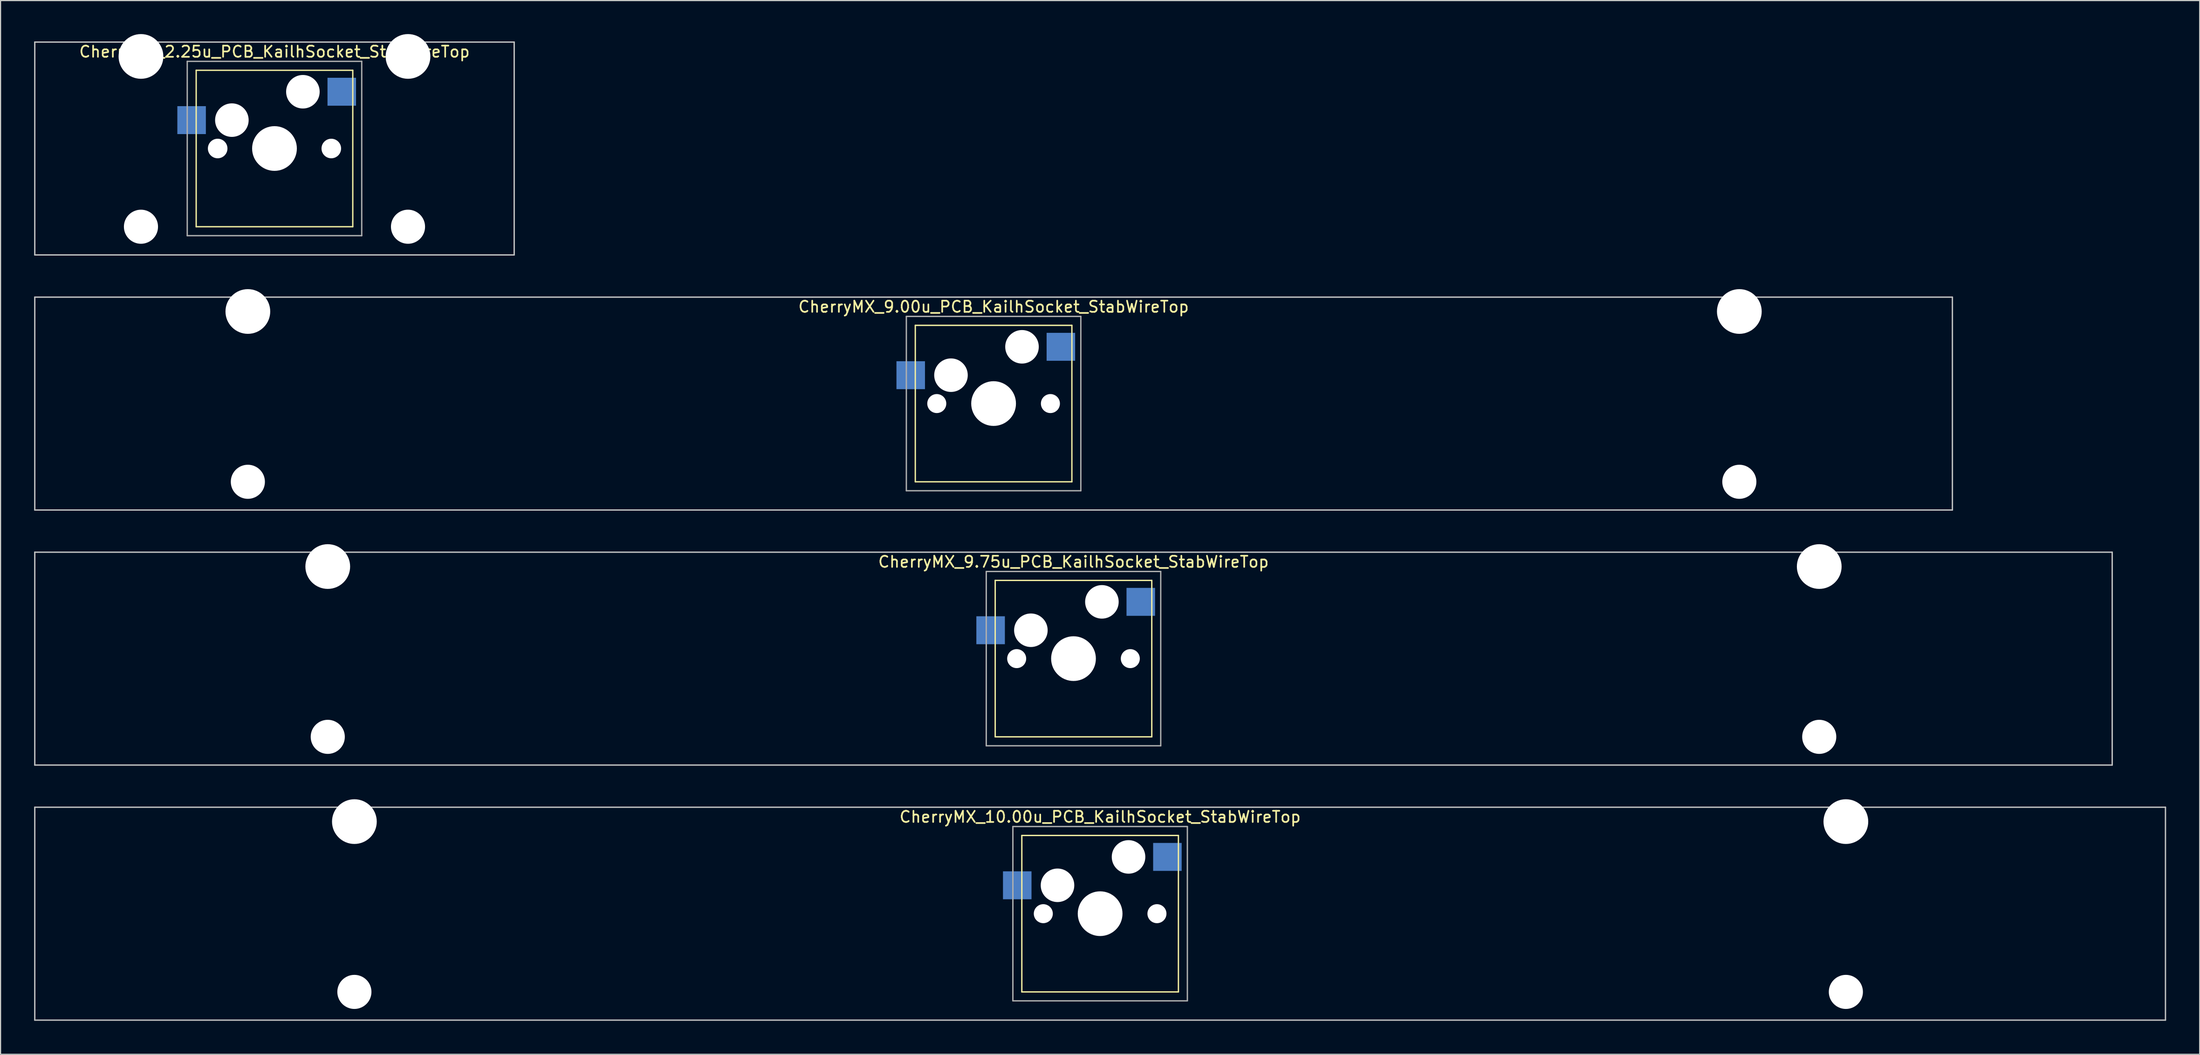
<source format=kicad_pcb>
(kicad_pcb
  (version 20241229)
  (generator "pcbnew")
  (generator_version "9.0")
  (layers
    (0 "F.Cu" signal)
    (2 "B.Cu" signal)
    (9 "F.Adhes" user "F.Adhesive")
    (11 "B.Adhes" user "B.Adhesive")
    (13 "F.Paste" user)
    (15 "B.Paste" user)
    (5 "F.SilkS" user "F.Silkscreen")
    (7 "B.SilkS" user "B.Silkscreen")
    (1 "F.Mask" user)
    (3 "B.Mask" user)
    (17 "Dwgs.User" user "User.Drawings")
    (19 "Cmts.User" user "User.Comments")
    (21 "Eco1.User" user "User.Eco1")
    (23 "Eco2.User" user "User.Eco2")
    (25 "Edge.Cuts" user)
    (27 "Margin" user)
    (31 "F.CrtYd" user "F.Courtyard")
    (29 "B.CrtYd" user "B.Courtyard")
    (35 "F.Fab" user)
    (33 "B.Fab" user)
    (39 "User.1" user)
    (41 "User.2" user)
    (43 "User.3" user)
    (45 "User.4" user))
  (footprint "CherryMX_10.00u_PCB_KailhSocket_StabWireTop"
    (layer "F.Cu")
    (at 95.31 78.715)
    (property "Reference" "CherryMX_10.00u_PCB_KailhSocket_StabWireTop" (at 0 -8.662 0) (layer "F.SilkS") (effects (font (size 1 1) (thickness 0.15))))
    (attr through_hole)
    (fp_line (start -7 -7) (end -7 7) (stroke (width 0.12) (type solid)) (layer "F.SilkS"))
    (fp_line (start -7 -7) (end 7 -7) (stroke (width 0.12) (type solid)) (layer "F.SilkS"))
    (fp_line (start 7 -7) (end 7 7) (stroke (width 0.12) (type solid)) (layer "F.SilkS"))
    (fp_line (start 7 7) (end -7 7) (stroke (width 0.12) (type solid)) (layer "F.SilkS"))
    (fp_line (start -95.25 -9.525) (end 95.25 -9.525) (stroke (width 0.12) (type solid)) (layer "Dwgs.User"))
    (fp_line (start -95.25 9.525) (end -95.25 -9.525) (stroke (width 0.12) (type solid)) (layer "Dwgs.User"))
    (fp_line (start 95.25 -9.525) (end 95.25 9.525) (stroke (width 0.12) (type solid)) (layer "Dwgs.User"))
    (fp_line (start 95.25 9.525) (end -95.25 9.525) (stroke (width 0.12) (type solid)) (layer "Dwgs.User"))
    (fp_line (start -7.8 -7.8) (end -7.8 7.8) (stroke (width 0.12) (type solid)) (layer "F.Fab"))
    (fp_line (start -7.8 -7.8) (end 7.8 -7.8) (stroke (width 0.12) (type solid)) (layer "F.Fab"))
    (fp_line (start -7.8 7.8) (end 7.8 7.8) (stroke (width 0.12) (type solid)) (layer "F.Fab"))
    (fp_line (start 7.8 -7.8) (end 7.8 7.8) (stroke (width 0.12) (type solid)) (layer "F.Fab"))
    (pad "" np_thru_hole circle (at -66.675 -8.24) (size 4 4) (drill 4) (layers "*.Cu" "*.Mask"))
    (pad "" np_thru_hole circle (at -66.675 7) (size 3.05 3.05) (drill 3.05) (layers "*.Cu" "*.Mask"))
    (pad "" np_thru_hole circle (at -5.08 0) (size 1.7 1.7) (drill 1.7) (layers "*.Cu" "*.Mask"))
    (pad "" np_thru_hole circle (at -3.81 -2.54) (size 3 3) (drill 3) (layers "*.Cu" "*.Mask"))
    (pad "" np_thru_hole circle (at 0 0) (size 4 4) (drill 4) (layers "*.Cu" "*.Mask"))
    (pad "" np_thru_hole circle (at 2.54 -5.08) (size 3 3) (drill 3) (layers "*.Cu" "*.Mask"))
    (pad "" np_thru_hole circle (at 5.08 0) (size 1.7 1.7) (drill 1.7) (layers "*.Cu" "*.Mask"))
    (pad "" np_thru_hole circle (at 66.675 -8.24) (size 4 4) (drill 4) (layers "*.Cu" "*.Mask"))
    (pad "" np_thru_hole circle (at 66.675 7) (size 3.05 3.05) (drill 3.05) (layers "*.Cu" "*.Mask"))
    (pad "1" smd rect (at -7.41 -2.54) (size 2.55 2.5) (layers "B.Cu" "B.Mask" "B.Paste"))
    (pad "2" smd rect (at 6.015 -5.08) (size 2.55 2.5) (layers "B.Cu" "B.Mask" "B.Paste")))
  (footprint "CherryMX_2.25u_PCB_KailhSocket_StabWireTop"
    (layer "F.Cu")
    (at 21.491 10.24)
    (property "Reference" "CherryMX_2.25u_PCB_KailhSocket_StabWireTop" (at 0 -8.662 0) (layer "F.SilkS") (effects (font (size 1 1) (thickness 0.15))))
    (attr through_hole)
    (fp_line (start -7 -7) (end -7 7) (stroke (width 0.12) (type solid)) (layer "F.SilkS"))
    (fp_line (start -7 -7) (end 7 -7) (stroke (width 0.12) (type solid)) (layer "F.SilkS"))
    (fp_line (start 7 -7) (end 7 7) (stroke (width 0.12) (type solid)) (layer "F.SilkS"))
    (fp_line (start 7 7) (end -7 7) (stroke (width 0.12) (type solid)) (layer "F.SilkS"))
    (fp_line (start -21.431 -9.525) (end 21.431 -9.525) (stroke (width 0.12) (type solid)) (layer "Dwgs.User"))
    (fp_line (start -21.431 9.525) (end -21.431 -9.525) (stroke (width 0.12) (type solid)) (layer "Dwgs.User"))
    (fp_line (start 21.431 -9.525) (end 21.431 9.525) (stroke (width 0.12) (type solid)) (layer "Dwgs.User"))
    (fp_line (start 21.431 9.525) (end -21.431 9.525) (stroke (width 0.12) (type solid)) (layer "Dwgs.User"))
    (fp_line (start -7.8 -7.8) (end -7.8 7.8) (stroke (width 0.12) (type solid)) (layer "F.Fab"))
    (fp_line (start -7.8 -7.8) (end 7.8 -7.8) (stroke (width 0.12) (type solid)) (layer "F.Fab"))
    (fp_line (start -7.8 7.8) (end 7.8 7.8) (stroke (width 0.12) (type solid)) (layer "F.Fab"))
    (fp_line (start 7.8 -7.8) (end 7.8 7.8) (stroke (width 0.12) (type solid)) (layer "F.Fab"))
    (pad "" np_thru_hole circle (at -11.938 -8.24) (size 4 4) (drill 4) (layers "*.Cu" "*.Mask"))
    (pad "" np_thru_hole circle (at -11.938 7) (size 3.05 3.05) (drill 3.05) (layers "*.Cu" "*.Mask"))
    (pad "" np_thru_hole circle (at -5.08 0) (size 1.75 1.75) (drill 1.75) (layers "*.Cu" "*.Mask"))
    (pad "" np_thru_hole circle (at -3.81 -2.54) (size 3 3) (drill 3) (layers "*.Cu" "*.Mask"))
    (pad "" np_thru_hole circle (at 0 0) (size 4 4) (drill 4) (layers "*.Cu" "*.Mask"))
    (pad "" np_thru_hole circle (at 2.54 -5.08) (size 3 3) (drill 3) (layers "*.Cu" "*.Mask"))
    (pad "" np_thru_hole circle (at 5.08 0) (size 1.75 1.75) (drill 1.75) (layers "*.Cu" "*.Mask"))
    (pad "" np_thru_hole circle (at 11.938 -8.24) (size 4 4) (drill 4) (layers "*.Cu" "*.Mask"))
    (pad "" np_thru_hole circle (at 11.938 7) (size 3.05 3.05) (drill 3.05) (layers "*.Cu" "*.Mask"))
    (pad "1" smd rect (at -7.41 -2.54) (size 2.55 2.5) (layers "B.Cu" "B.Mask" "B.Paste"))
    (pad "2" smd rect (at 6.015 -5.08) (size 2.55 2.5) (layers "B.Cu" "B.Mask" "B.Paste")))
  (footprint "CherryMX_9.00u_PCB_KailhSocket_StabWireTop"
    (layer "F.Cu")
    (at 85.785 33.065)
    (property "Reference" "CherryMX_9.00u_PCB_KailhSocket_StabWireTop" (at 0 -8.662 0) (layer "F.SilkS") (effects (font (size 1 1) (thickness 0.15))))
    (attr through_hole)
    (fp_line (start -7 -7) (end -7 7) (stroke (width 0.12) (type solid)) (layer "F.SilkS"))
    (fp_line (start -7 -7) (end 7 -7) (stroke (width 0.12) (type solid)) (layer "F.SilkS"))
    (fp_line (start 7 -7) (end 7 7) (stroke (width 0.12) (type solid)) (layer "F.SilkS"))
    (fp_line (start 7 7) (end -7 7) (stroke (width 0.12) (type solid)) (layer "F.SilkS"))
    (fp_line (start -85.725 -9.525) (end 85.725 -9.525) (stroke (width 0.12) (type solid)) (layer "Dwgs.User"))
    (fp_line (start -85.725 9.525) (end -85.725 -9.525) (stroke (width 0.12) (type solid)) (layer "Dwgs.User"))
    (fp_line (start 85.725 -9.525) (end 85.725 9.525) (stroke (width 0.12) (type solid)) (layer "Dwgs.User"))
    (fp_line (start 85.725 9.525) (end -85.725 9.525) (stroke (width 0.12) (type solid)) (layer "Dwgs.User"))
    (fp_line (start -7.8 -7.8) (end -7.8 7.8) (stroke (width 0.12) (type solid)) (layer "F.Fab"))
    (fp_line (start -7.8 -7.8) (end 7.8 -7.8) (stroke (width 0.12) (type solid)) (layer "F.Fab"))
    (fp_line (start -7.8 7.8) (end 7.8 7.8) (stroke (width 0.12) (type solid)) (layer "F.Fab"))
    (fp_line (start 7.8 -7.8) (end 7.8 7.8) (stroke (width 0.12) (type solid)) (layer "F.Fab"))
    (pad "" np_thru_hole circle (at -66.675 -8.24) (size 4 4) (drill 4) (layers "*.Cu" "*.Mask"))
    (pad "" np_thru_hole circle (at -66.675 7) (size 3.05 3.05) (drill 3.05) (layers "*.Cu" "*.Mask"))
    (pad "" np_thru_hole circle (at -5.08 0) (size 1.7 1.7) (drill 1.7) (layers "*.Cu" "*.Mask"))
    (pad "" np_thru_hole circle (at -3.81 -2.54) (size 3 3) (drill 3) (layers "*.Cu" "*.Mask"))
    (pad "" np_thru_hole circle (at 0 0) (size 4 4) (drill 4) (layers "*.Cu" "*.Mask"))
    (pad "" np_thru_hole circle (at 2.54 -5.08) (size 3 3) (drill 3) (layers "*.Cu" "*.Mask"))
    (pad "" np_thru_hole circle (at 5.08 0) (size 1.7 1.7) (drill 1.7) (layers "*.Cu" "*.Mask"))
    (pad "" np_thru_hole circle (at 66.675 -8.24) (size 4 4) (drill 4) (layers "*.Cu" "*.Mask"))
    (pad "" np_thru_hole circle (at 66.675 7) (size 3.05 3.05) (drill 3.05) (layers "*.Cu" "*.Mask"))
    (pad "1" smd rect (at -7.41 -2.54) (size 2.55 2.5) (layers "B.Cu" "B.Mask" "B.Paste"))
    (pad "2" smd rect (at 6.015 -5.08) (size 2.55 2.5) (layers "B.Cu" "B.Mask" "B.Paste")))
  (footprint "CherryMX_9.75u_PCB_KailhSocket_StabWireTop"
    (layer "F.Cu")
    (at 92.929 55.89)
    (property "Reference" "CherryMX_9.75u_PCB_KailhSocket_StabWireTop" (at 0 -8.662 0) (layer "F.SilkS") (effects (font (size 1 1) (thickness 0.15))))
    (attr through_hole)
    (fp_line (start -7 -7) (end -7 7) (stroke (width 0.12) (type solid)) (layer "F.SilkS"))
    (fp_line (start -7 -7) (end 7 -7) (stroke (width 0.12) (type solid)) (layer "F.SilkS"))
    (fp_line (start 7 -7) (end 7 7) (stroke (width 0.12) (type solid)) (layer "F.SilkS"))
    (fp_line (start 7 7) (end -7 7) (stroke (width 0.12) (type solid)) (layer "F.SilkS"))
    (fp_line (start -92.869 -9.525) (end 92.869 -9.525) (stroke (width 0.12) (type solid)) (layer "Dwgs.User"))
    (fp_line (start -92.869 9.525) (end -92.869 -9.525) (stroke (width 0.12) (type solid)) (layer "Dwgs.User"))
    (fp_line (start 92.869 -9.525) (end 92.869 9.525) (stroke (width 0.12) (type solid)) (layer "Dwgs.User"))
    (fp_line (start 92.869 9.525) (end -92.869 9.525) (stroke (width 0.12) (type solid)) (layer "Dwgs.User"))
    (fp_line (start -7.8 -7.8) (end -7.8 7.8) (stroke (width 0.12) (type solid)) (layer "F.Fab"))
    (fp_line (start -7.8 -7.8) (end 7.8 -7.8) (stroke (width 0.12) (type solid)) (layer "F.Fab"))
    (fp_line (start -7.8 7.8) (end 7.8 7.8) (stroke (width 0.12) (type solid)) (layer "F.Fab"))
    (fp_line (start 7.8 -7.8) (end 7.8 7.8) (stroke (width 0.12) (type solid)) (layer "F.Fab"))
    (pad "" np_thru_hole circle (at -66.675 -8.24) (size 4 4) (drill 4) (layers "*.Cu" "*.Mask"))
    (pad "" np_thru_hole circle (at -66.675 7) (size 3.05 3.05) (drill 3.05) (layers "*.Cu" "*.Mask"))
    (pad "" np_thru_hole circle (at -5.08 0) (size 1.7 1.7) (drill 1.7) (layers "*.Cu" "*.Mask"))
    (pad "" np_thru_hole circle (at -3.81 -2.54) (size 3 3) (drill 3) (layers "*.Cu" "*.Mask"))
    (pad "" np_thru_hole circle (at 0 0) (size 4 4) (drill 4) (layers "*.Cu" "*.Mask"))
    (pad "" np_thru_hole circle (at 2.54 -5.08) (size 3 3) (drill 3) (layers "*.Cu" "*.Mask"))
    (pad "" np_thru_hole circle (at 5.08 0) (size 1.7 1.7) (drill 1.7) (layers "*.Cu" "*.Mask"))
    (pad "" np_thru_hole circle (at 66.675 -8.24) (size 4 4) (drill 4) (layers "*.Cu" "*.Mask"))
    (pad "" np_thru_hole circle (at 66.675 7) (size 3.05 3.05) (drill 3.05) (layers "*.Cu" "*.Mask"))
    (pad "1" smd rect (at -7.41 -2.54) (size 2.55 2.5) (layers "B.Cu" "B.Mask" "B.Paste"))
    (pad "2" smd rect (at 6.015 -5.08) (size 2.55 2.5) (layers "B.Cu" "B.Mask" "B.Paste")))
  (gr_rect
    (start -3 -3)
    (end 193.62 91.3)
    (stroke (width 0.1) (type default))
    (fill no)
    (layer "Edge.Cuts")))
</source>
